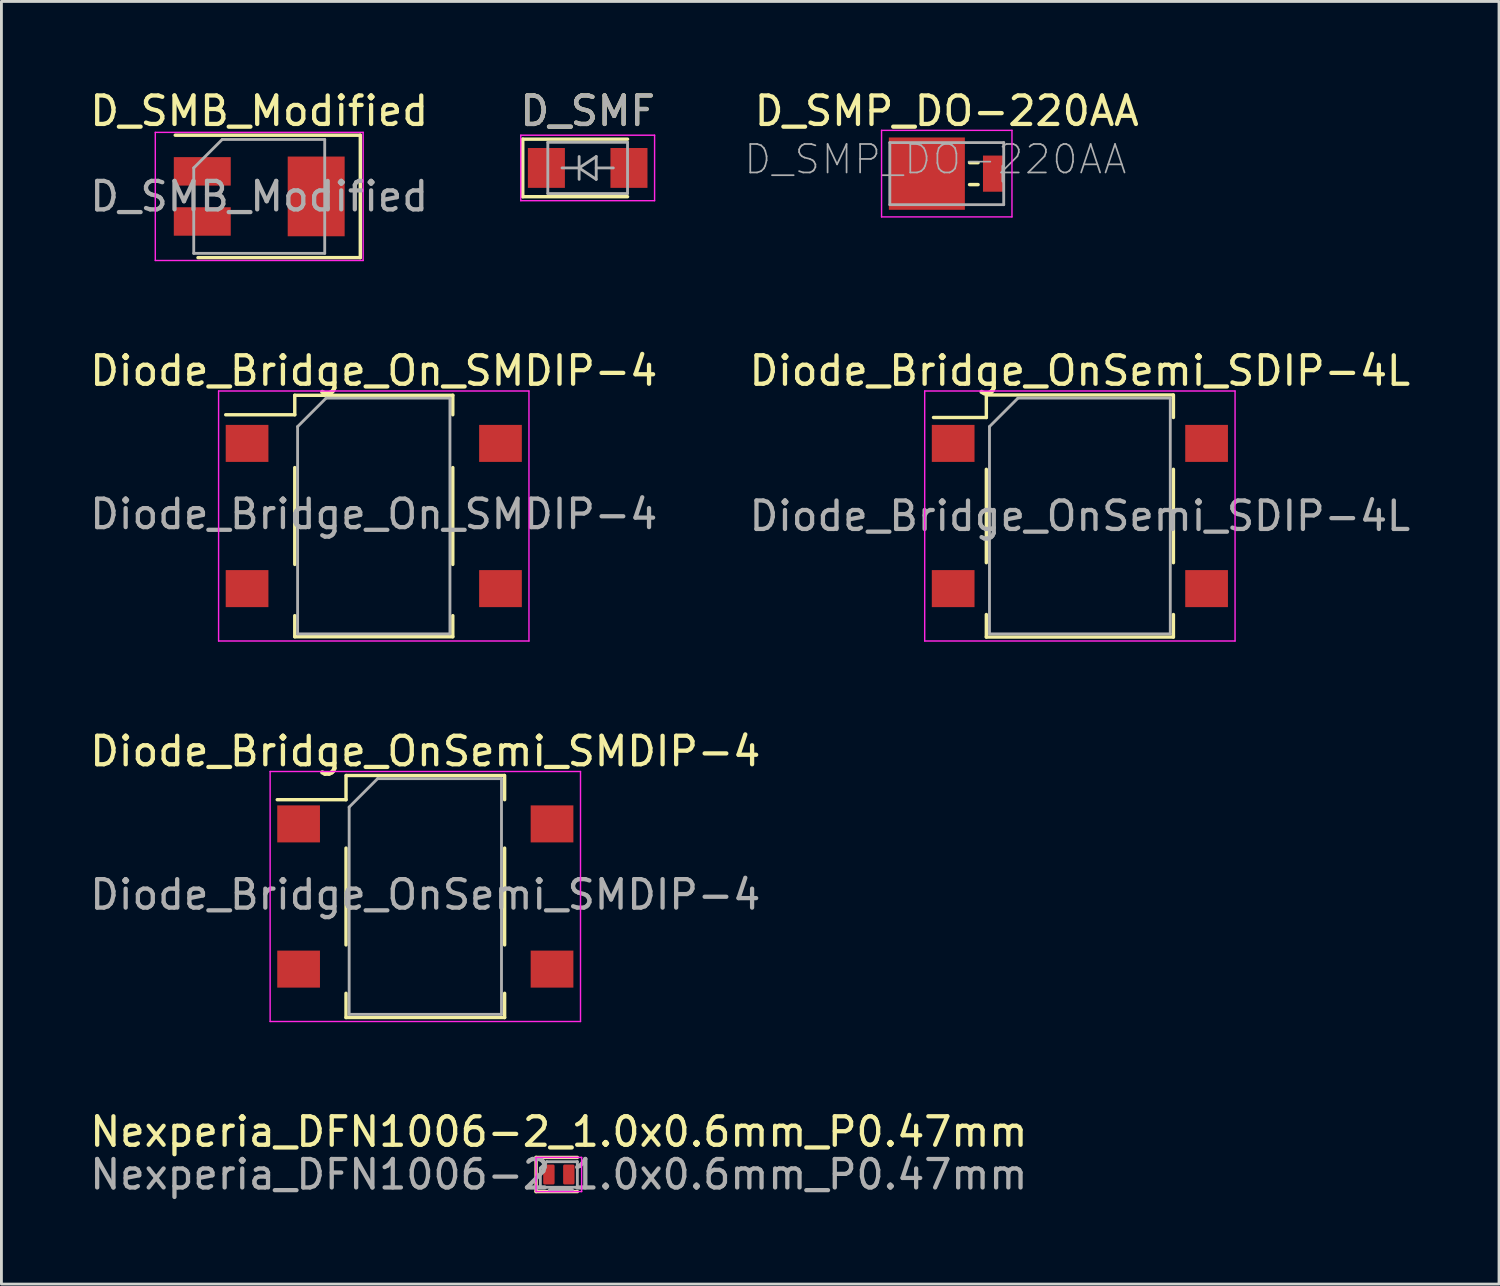
<source format=kicad_pcb>
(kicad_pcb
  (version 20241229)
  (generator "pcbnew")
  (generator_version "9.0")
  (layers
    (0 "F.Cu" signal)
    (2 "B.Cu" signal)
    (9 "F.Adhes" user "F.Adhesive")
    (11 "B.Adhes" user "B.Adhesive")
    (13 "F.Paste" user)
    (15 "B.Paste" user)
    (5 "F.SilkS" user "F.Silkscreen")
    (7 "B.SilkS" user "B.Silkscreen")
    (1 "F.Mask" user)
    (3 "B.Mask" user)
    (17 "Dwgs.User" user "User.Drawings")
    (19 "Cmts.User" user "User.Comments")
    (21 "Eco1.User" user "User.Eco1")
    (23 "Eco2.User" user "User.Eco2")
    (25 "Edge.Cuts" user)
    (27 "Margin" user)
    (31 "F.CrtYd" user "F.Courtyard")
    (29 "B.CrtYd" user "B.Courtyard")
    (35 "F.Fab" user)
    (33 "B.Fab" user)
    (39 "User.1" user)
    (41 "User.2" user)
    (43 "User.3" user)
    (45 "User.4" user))
  (footprint "D_SMB_Modified"
    (layer "F.Cu")
    (at 6.054 3.848)
    (property "Reference" "D_SMB_Modified" (at 0 -3 0) (layer "F.SilkS") (effects (font (size 1 1) (thickness 0.15))))
    (attr smd)
    (fp_line (start 3.55 -2.15) (end -2.95 -2.15) (stroke (width 0.12) (type solid)) (layer "F.SilkS"))
    (fp_line (start 3.55 -2.15) (end 3.55 2.15) (stroke (width 0.12) (type solid)) (layer "F.SilkS"))
    (fp_line (start 3.55 2.15) (end -2.15 2.15) (stroke (width 0.12) (type solid)) (layer "F.SilkS"))
    (fp_line (start -3.65 -2.25) (end 3.65 -2.25) (stroke (width 0.05) (type solid)) (layer "F.CrtYd"))
    (fp_line (start -3.65 2.25) (end -3.65 -2.25) (stroke (width 0.05) (type solid)) (layer "F.CrtYd"))
    (fp_line (start 3.65 -2.25) (end 3.65 2.25) (stroke (width 0.05) (type solid)) (layer "F.CrtYd"))
    (fp_line (start 3.65 2.25) (end -3.65 2.25) (stroke (width 0.05) (type solid)) (layer "F.CrtYd"))
    (fp_line (start -2.3 2) (end -2.3 -1) (stroke (width 0.1) (type solid)) (layer "F.Fab"))
    (fp_line (start -1.3 -2) (end -2.3 -1) (stroke (width 0.1) (type solid)) (layer "F.Fab"))
    (fp_line (start 2.3 -2) (end -1.3 -2) (stroke (width 0.1) (type solid)) (layer "F.Fab"))
    (fp_line (start 2.3 -2) (end 2.3 2) (stroke (width 0.1) (type solid)) (layer "F.Fab"))
    (fp_line (start 2.3 2) (end -2.3 2) (stroke (width 0.1) (type solid)) (layer "F.Fab"))
    (fp_text user "${REFERENCE}" (at 0 0 0) (layer "F.Fab") (effects (font (size 1 1) (thickness 0.15))))
    (pad "1" smd rect (at -2 -0.88) (size 2 1) (layers "F.Cu" "F.Mask" "F.Paste"))
    (pad "2" smd rect (at 2 0) (size 2 2.8) (layers "F.Cu" "F.Mask" "F.Paste"))
    (pad "3" smd rect (at -2 0.88) (size 2 1) (layers "F.Cu" "F.Mask" "F.Paste")))
  (footprint "Diode_Bridge_OnSemi_SDIP-4L"
    (layer "F.Cu")
    (at 34.875 15.072)
    (property "Reference" "Diode_Bridge_OnSemi_SDIP-4L" (at 0 -5.1 0) (layer "F.SilkS") (effects (font (size 1 1) (thickness 0.15))))
    (attr smd)
    (fp_line (start -3.285 -4.25) (end -3.285 -3.46) (stroke (width 0.12) (type solid)) (layer "F.SilkS"))
    (fp_line (start -3.285 -3.46) (end -5.14 -3.46) (stroke (width 0.12) (type solid)) (layer "F.SilkS"))
    (fp_line (start -3.285 -1.64) (end -3.285 1.64) (stroke (width 0.12) (type solid)) (layer "F.SilkS"))
    (fp_line (start -3.285 3.46) (end -3.285 4.25) (stroke (width 0.12) (type solid)) (layer "F.SilkS"))
    (fp_line (start -3.285 4.25) (end 3.285 4.25) (stroke (width 0.12) (type solid)) (layer "F.SilkS"))
    (fp_line (start -3.275 -4.25) (end 3.275 -4.25) (stroke (width 0.12) (type solid)) (layer "F.SilkS"))
    (fp_line (start 3.285 -3.46) (end 3.285 -4.25) (stroke (width 0.12) (type solid)) (layer "F.SilkS"))
    (fp_line (start 3.285 -1.64) (end 3.285 1.64) (stroke (width 0.12) (type solid)) (layer "F.SilkS"))
    (fp_line (start 3.285 4.25) (end 3.285 3.46) (stroke (width 0.12) (type solid)) (layer "F.SilkS"))
    (fp_line (start -5.45 -4.39) (end -5.45 4.39) (stroke (width 0.05) (type solid)) (layer "F.CrtYd"))
    (fp_line (start -5.45 -4.39) (end 5.45 -4.39) (stroke (width 0.05) (type solid)) (layer "F.CrtYd"))
    (fp_line (start 5.45 4.39) (end -5.45 4.39) (stroke (width 0.05) (type solid)) (layer "F.CrtYd"))
    (fp_line (start 5.45 4.39) (end 5.45 -4.39) (stroke (width 0.05) (type solid)) (layer "F.CrtYd"))
    (fp_line (start -3.175 -3.14) (end -2.175 -4.14) (stroke (width 0.1) (type solid)) (layer "F.Fab"))
    (fp_line (start -3.175 4.14) (end -3.175 -3.14) (stroke (width 0.1) (type solid)) (layer "F.Fab"))
    (fp_line (start -2.175 -4.14) (end 3.175 -4.14) (stroke (width 0.1) (type solid)) (layer "F.Fab"))
    (fp_line (start 3.175 -4.14) (end 3.175 4.14) (stroke (width 0.1) (type solid)) (layer "F.Fab"))
    (fp_line (start 3.175 4.14) (end -3.175 4.14) (stroke (width 0.1) (type solid)) (layer "F.Fab"))
    (fp_text user "${REFERENCE}" (at 0 0 0) (layer "F.Fab") (effects (font (size 1 1) (thickness 0.15))))
    (pad "1" smd rect (at -4.45 -2.55) (size 1.5 1.3) (layers "F.Cu" "F.Mask" "F.Paste"))
    (pad "2" smd rect (at -4.45 2.55) (size 1.5 1.3) (layers "F.Cu" "F.Mask" "F.Paste"))
    (pad "3" smd rect (at 4.45 2.55) (size 1.5 1.3) (layers "F.Cu" "F.Mask" "F.Paste"))
    (pad "4" smd rect (at 4.45 -2.55) (size 1.5 1.3) (layers "F.Cu" "F.Mask" "F.Paste")))
  (footprint "D_SMF"
    (layer "F.Cu")
    (at 17.589 2.848)
    (property "Reference" "D_SMF" (at 0 -2 0) (layer "F.SilkS") (effects (font (size 1 1) (thickness 0.15))))
    (attr smd)
    (fp_line (start -2.28 -1.01) (end -2.28 1.01) (stroke (width 0.12) (type solid)) (layer "F.SilkS"))
    (fp_line (start -2.28 -1.01) (end 1.4 -1.01) (stroke (width 0.12) (type solid)) (layer "F.SilkS"))
    (fp_line (start -2.28 1.01) (end 1.4 1.01) (stroke (width 0.12) (type solid)) (layer "F.SilkS"))
    (fp_line (start -2.35 -1.15) (end 2.35 -1.15) (stroke (width 0.05) (type solid)) (layer "F.CrtYd"))
    (fp_line (start -2.35 1.15) (end -2.35 -1.15) (stroke (width 0.05) (type solid)) (layer "F.CrtYd"))
    (fp_line (start 2.35 -1.15) (end 2.35 1.15) (stroke (width 0.05) (type solid)) (layer "F.CrtYd"))
    (fp_line (start 2.35 1.15) (end -2.35 1.15) (stroke (width 0.05) (type solid)) (layer "F.CrtYd"))
    (fp_line (start -1.4 0.9) (end -1.4 -0.9) (stroke (width 0.1) (type solid)) (layer "F.Fab"))
    (fp_line (start -0.3 -0.4) (end -0.3 0.4) (stroke (width 0.1) (type solid)) (layer "F.Fab"))
    (fp_line (start -0.3 0) (end -0.9 0) (stroke (width 0.1) (type solid)) (layer "F.Fab"))
    (fp_line (start -0.3 0) (end 0.3 -0.4) (stroke (width 0.1) (type solid)) (layer "F.Fab"))
    (fp_line (start -0.3 0.001) (end 0.3 0.4) (stroke (width 0.1) (type solid)) (layer "F.Fab"))
    (fp_line (start 0.3 0) (end 0.9 0) (stroke (width 0.1) (type solid)) (layer "F.Fab"))
    (fp_line (start 0.3 0.4) (end 0.3 -0.4) (stroke (width 0.1) (type solid)) (layer "F.Fab"))
    (fp_line (start 1.4 -0.9) (end -1.4 -0.9) (stroke (width 0.1) (type solid)) (layer "F.Fab"))
    (fp_line (start 1.4 -0.9) (end 1.4 0.9) (stroke (width 0.1) (type solid)) (layer "F.Fab"))
    (fp_line (start 1.4 0.9) (end -1.4 0.9) (stroke (width 0.1) (type solid)) (layer "F.Fab"))
    (fp_text user "${REFERENCE}" (at 0 -2 0) (layer "F.Fab") (effects (font (size 1 1) (thickness 0.15))))
    (pad "1" smd rect (at -1.45 0) (size 1.3 1.4) (layers "F.Cu" "F.Mask" "F.Paste"))
    (pad "2" smd rect (at 1.45 0) (size 1.3 1.4) (layers "F.Cu" "F.Mask" "F.Paste")))
  (footprint "Nexperia_DFN1006-2_1.0x0.6mm_P0.47mm"
    (layer "F.Cu")
    (at 16.577 38.198)
    (property "Reference" "Nexperia_DFN1006-2_1.0x0.6mm_P0.47mm" (at 0 -1.5 0) (layer "F.SilkS") (effects (font (size 1 1) (thickness 0.15))))
    (attr smd)
    (fp_line (start -0.8 -0.6) (end -0.8 0.6) (stroke (width 0.12) (type default)) (layer "F.SilkS"))
    (fp_line (start -0.8 -0.6) (end 0.65 -0.6) (stroke (width 0.12) (type default)) (layer "F.SilkS"))
    (fp_line (start -0.8 0.6) (end 0.65 0.6) (stroke (width 0.12) (type default)) (layer "F.SilkS"))
    (fp_line (start -0.8 -0.6) (end 0.8 -0.6) (stroke (width 0.05) (type default)) (layer "F.CrtYd"))
    (fp_line (start -0.8 0.6) (end -0.8 -0.6) (stroke (width 0.05) (type default)) (layer "F.CrtYd"))
    (fp_line (start 0.8 -0.6) (end 0.8 0.6) (stroke (width 0.05) (type default)) (layer "F.CrtYd"))
    (fp_line (start 0.8 0.6) (end -0.8 0.6) (stroke (width 0.05) (type default)) (layer "F.CrtYd"))
    (fp_line (start -0.65 -0.225) (end -0.425 -0.45) (stroke (width 0.1) (type default)) (layer "F.Fab"))
    (fp_line (start -0.65 0.45) (end -0.65 -0.225) (stroke (width 0.1) (type default)) (layer "F.Fab"))
    (fp_line (start -0.425 -0.45) (end 0.65 -0.45) (stroke (width 0.1) (type default)) (layer "F.Fab"))
    (fp_line (start 0.65 -0.45) (end 0.65 0.45) (stroke (width 0.1) (type default)) (layer "F.Fab"))
    (fp_line (start 0.65 0.45) (end -0.65 0.45) (stroke (width 0.1) (type default)) (layer "F.Fab"))
    (fp_text user "${REFERENCE}" (at 0 0 0) (layer "F.Fab") (effects (font (size 1 1) (thickness 0.15))))
    (pad "1" smd roundrect (at -0.35 0 90) (size 0.7 0.4) (layers "F.Cu" "F.Mask" "F.Paste") (roundrect_rratio 0.125))
    (pad "2" smd roundrect (at 0.35 0 90) (size 0.7 0.4) (layers "F.Cu" "F.Mask" "F.Paste") (roundrect_rratio 0.125)))
  (footprint "D_SMP_DO-220AA"
    (layer "F.Cu")
    (at 30.2 3.048)
    (property "Reference" "D_SMP_DO-220AA" (at 0 -2.2 0) (layer "F.SilkS") (effects (font (size 1 1) (thickness 0.15))))
    (attr smd)
    (fp_line (start 1.1 -0.385) (end 0.8 -0.385) (stroke (width 0.12) (type solid)) (layer "F.SilkS"))
    (fp_line (start 1.1 0.385) (end 0.8 0.385) (stroke (width 0.12) (type solid)) (layer "F.SilkS"))
    (fp_line (start -2.29 -1.52) (end -2.29 1.52) (stroke (width 0.05) (type solid)) (layer "F.CrtYd"))
    (fp_line (start -2.29 1.52) (end 2.29 1.52) (stroke (width 0.05) (type solid)) (layer "F.CrtYd"))
    (fp_line (start 2.29 -1.52) (end -2.29 -1.52) (stroke (width 0.05) (type solid)) (layer "F.CrtYd"))
    (fp_line (start 2.29 1.52) (end 2.29 -1.52) (stroke (width 0.05) (type solid)) (layer "F.CrtYd"))
    (fp_line (start -2 -1.09) (end -2 1.09) (stroke (width 0.1) (type solid)) (layer "F.Fab"))
    (fp_line (start 1.97 0.265) (end 1.97 -0.265) (stroke (width 0.1) (type solid)) (layer "F.Fab"))
    (fp_line (start 2 -1.09) (end -2 -1.09) (stroke (width 0.1) (type solid)) (layer "F.Fab"))
    (fp_line (start 2 -1.09) (end 2 1.09) (stroke (width 0.1) (type solid)) (layer "F.Fab"))
    (fp_line (start 2 1.09) (end -2 1.09) (stroke (width 0.1) (type solid)) (layer "F.Fab"))
    (fp_text user "${REFERENCE}" (at -0.4 -0.5 0) (layer "F.Fab") (effects (font (size 1 1) (thickness 0.06))))
    (pad "1" smd rect (at -0.699 0) (size 2.67 2.54) (layers "F.Cu" "F.Mask" "F.Paste"))
    (pad "2" smd rect (at 1.653 0) (size 0.762 1.27) (layers "F.Cu" "F.Mask" "F.Paste")))
  (footprint "Diode_Bridge_On_SMDIP-4"
    (layer "F.Cu")
    (at 10.077 15.072)
    (property "Reference" "Diode_Bridge_On_SMDIP-4" (at 0 -5.1 0) (layer "F.SilkS") (effects (font (size 1 1) (thickness 0.15))))
    (attr smd)
    (fp_line (start -2.775 -4.24) (end -2.775 -3.556) (stroke (width 0.12) (type solid)) (layer "F.SilkS"))
    (fp_line (start -2.775 -4.24) (end 2.775 -4.24) (stroke (width 0.12) (type solid)) (layer "F.SilkS"))
    (fp_line (start -2.775 -3.556) (end -5.2 -3.556) (stroke (width 0.12) (type solid)) (layer "F.SilkS"))
    (fp_line (start -2.775 -1.7) (end -2.775 1.7) (stroke (width 0.12) (type solid)) (layer "F.SilkS"))
    (fp_line (start -2.775 3.5) (end -2.775 4.24) (stroke (width 0.12) (type solid)) (layer "F.SilkS"))
    (fp_line (start -2.775 4.24) (end 2.775 4.24) (stroke (width 0.12) (type solid)) (layer "F.SilkS"))
    (fp_line (start 2.775 -3.556) (end 2.775 -4.24) (stroke (width 0.12) (type solid)) (layer "F.SilkS"))
    (fp_line (start 2.775 -1.7) (end 2.775 1.7) (stroke (width 0.12) (type solid)) (layer "F.SilkS"))
    (fp_line (start 2.775 4.24) (end 2.775 3.5) (stroke (width 0.12) (type solid)) (layer "F.SilkS"))
    (fp_line (start -5.45 -4.39) (end -5.45 4.39) (stroke (width 0.05) (type solid)) (layer "F.CrtYd"))
    (fp_line (start -5.45 -4.39) (end 5.45 -4.39) (stroke (width 0.05) (type solid)) (layer "F.CrtYd"))
    (fp_line (start 5.45 4.39) (end -5.45 4.39) (stroke (width 0.05) (type solid)) (layer "F.CrtYd"))
    (fp_line (start 5.45 4.39) (end 5.45 -4.39) (stroke (width 0.05) (type solid)) (layer "F.CrtYd"))
    (fp_line (start -2.675 -3.14) (end -1.675 -4.14) (stroke (width 0.1) (type solid)) (layer "F.Fab"))
    (fp_line (start -2.675 4.14) (end -2.675 -3.14) (stroke (width 0.1) (type solid)) (layer "F.Fab"))
    (fp_line (start -1.675 -4.14) (end 2.675 -4.14) (stroke (width 0.1) (type solid)) (layer "F.Fab"))
    (fp_line (start 2.675 -4.14) (end 2.675 4.14) (stroke (width 0.1) (type solid)) (layer "F.Fab"))
    (fp_line (start 2.675 4.14) (end -2.675 4.14) (stroke (width 0.1) (type solid)) (layer "F.Fab"))
    (fp_text user "${REFERENCE}" (at 0 -0.065 0) (layer "F.Fab") (effects (font (size 1 1) (thickness 0.15))))
    (pad "1" smd rect (at -4.45 -2.55) (size 1.5 1.3) (layers "F.Cu" "F.Mask" "F.Paste"))
    (pad "2" smd rect (at -4.45 2.55) (size 1.5 1.3) (layers "F.Cu" "F.Mask" "F.Paste"))
    (pad "3" smd rect (at 4.45 2.55) (size 1.5 1.3) (layers "F.Cu" "F.Mask" "F.Paste"))
    (pad "4" smd rect (at 4.45 -2.55) (size 1.5 1.3) (layers "F.Cu" "F.Mask" "F.Paste")))
  (footprint "Diode_Bridge_OnSemi_SMDIP-4"
    (layer "F.Cu")
    (at 11.887 28.435)
    (property "Reference" "Diode_Bridge_OnSemi_SMDIP-4" (at 0 -5.1 0) (layer "F.SilkS") (effects (font (size 1 1) (thickness 0.15))))
    (attr smd)
    (fp_line (start -2.785 -4.25) (end -2.785 -3.4) (stroke (width 0.12) (type solid)) (layer "F.SilkS"))
    (fp_line (start -2.785 -3.4) (end -5.2 -3.4) (stroke (width 0.12) (type solid)) (layer "F.SilkS"))
    (fp_line (start -2.785 -1.7) (end -2.785 1.7) (stroke (width 0.12) (type solid)) (layer "F.SilkS"))
    (fp_line (start -2.785 3.4) (end -2.785 4.25) (stroke (width 0.12) (type solid)) (layer "F.SilkS"))
    (fp_line (start -2.785 4.25) (end 2.785 4.25) (stroke (width 0.12) (type solid)) (layer "F.SilkS"))
    (fp_line (start -2.775 -4.25) (end 2.775 -4.25) (stroke (width 0.12) (type solid)) (layer "F.SilkS"))
    (fp_line (start 2.785 -3.4) (end 2.785 -4.25) (stroke (width 0.12) (type solid)) (layer "F.SilkS"))
    (fp_line (start 2.785 -1.7) (end 2.785 1.7) (stroke (width 0.12) (type solid)) (layer "F.SilkS"))
    (fp_line (start 2.785 4.25) (end 2.785 3.4) (stroke (width 0.12) (type solid)) (layer "F.SilkS"))
    (fp_line (start -5.45 -4.39) (end -5.45 4.39) (stroke (width 0.05) (type solid)) (layer "F.CrtYd"))
    (fp_line (start -5.45 -4.39) (end 5.45 -4.39) (stroke (width 0.05) (type solid)) (layer "F.CrtYd"))
    (fp_line (start 5.45 4.39) (end -5.45 4.39) (stroke (width 0.05) (type solid)) (layer "F.CrtYd"))
    (fp_line (start 5.45 4.39) (end 5.45 -4.39) (stroke (width 0.05) (type solid)) (layer "F.CrtYd"))
    (fp_line (start -2.675 -3.14) (end -1.675 -4.14) (stroke (width 0.1) (type solid)) (layer "F.Fab"))
    (fp_line (start -2.675 4.14) (end -2.675 -3.14) (stroke (width 0.1) (type solid)) (layer "F.Fab"))
    (fp_line (start -1.675 -4.14) (end 2.675 -4.14) (stroke (width 0.1) (type solid)) (layer "F.Fab"))
    (fp_line (start 2.675 -4.14) (end 2.675 4.14) (stroke (width 0.1) (type solid)) (layer "F.Fab"))
    (fp_line (start 2.675 4.14) (end -2.675 4.14) (stroke (width 0.1) (type solid)) (layer "F.Fab"))
    (fp_text user "${REFERENCE}" (at 0 -0.065 0) (layer "F.Fab") (effects (font (size 1 1) (thickness 0.15))))
    (pad "1" smd rect (at -4.45 -2.55) (size 1.5 1.3) (layers "F.Cu" "F.Mask" "F.Paste"))
    (pad "2" smd rect (at -4.45 2.55) (size 1.5 1.3) (layers "F.Cu" "F.Mask" "F.Paste"))
    (pad "3" smd rect (at 4.45 2.55) (size 1.5 1.3) (layers "F.Cu" "F.Mask" "F.Paste"))
    (pad "4" smd rect (at 4.45 -2.55) (size 1.5 1.3) (layers "F.Cu" "F.Mask" "F.Paste")))
  (gr_rect
    (start -3 -3)
    (end 49.595 42.046)
    (stroke (width 0.1) (type default))
    (fill no)
    (layer "Edge.Cuts")))
</source>
